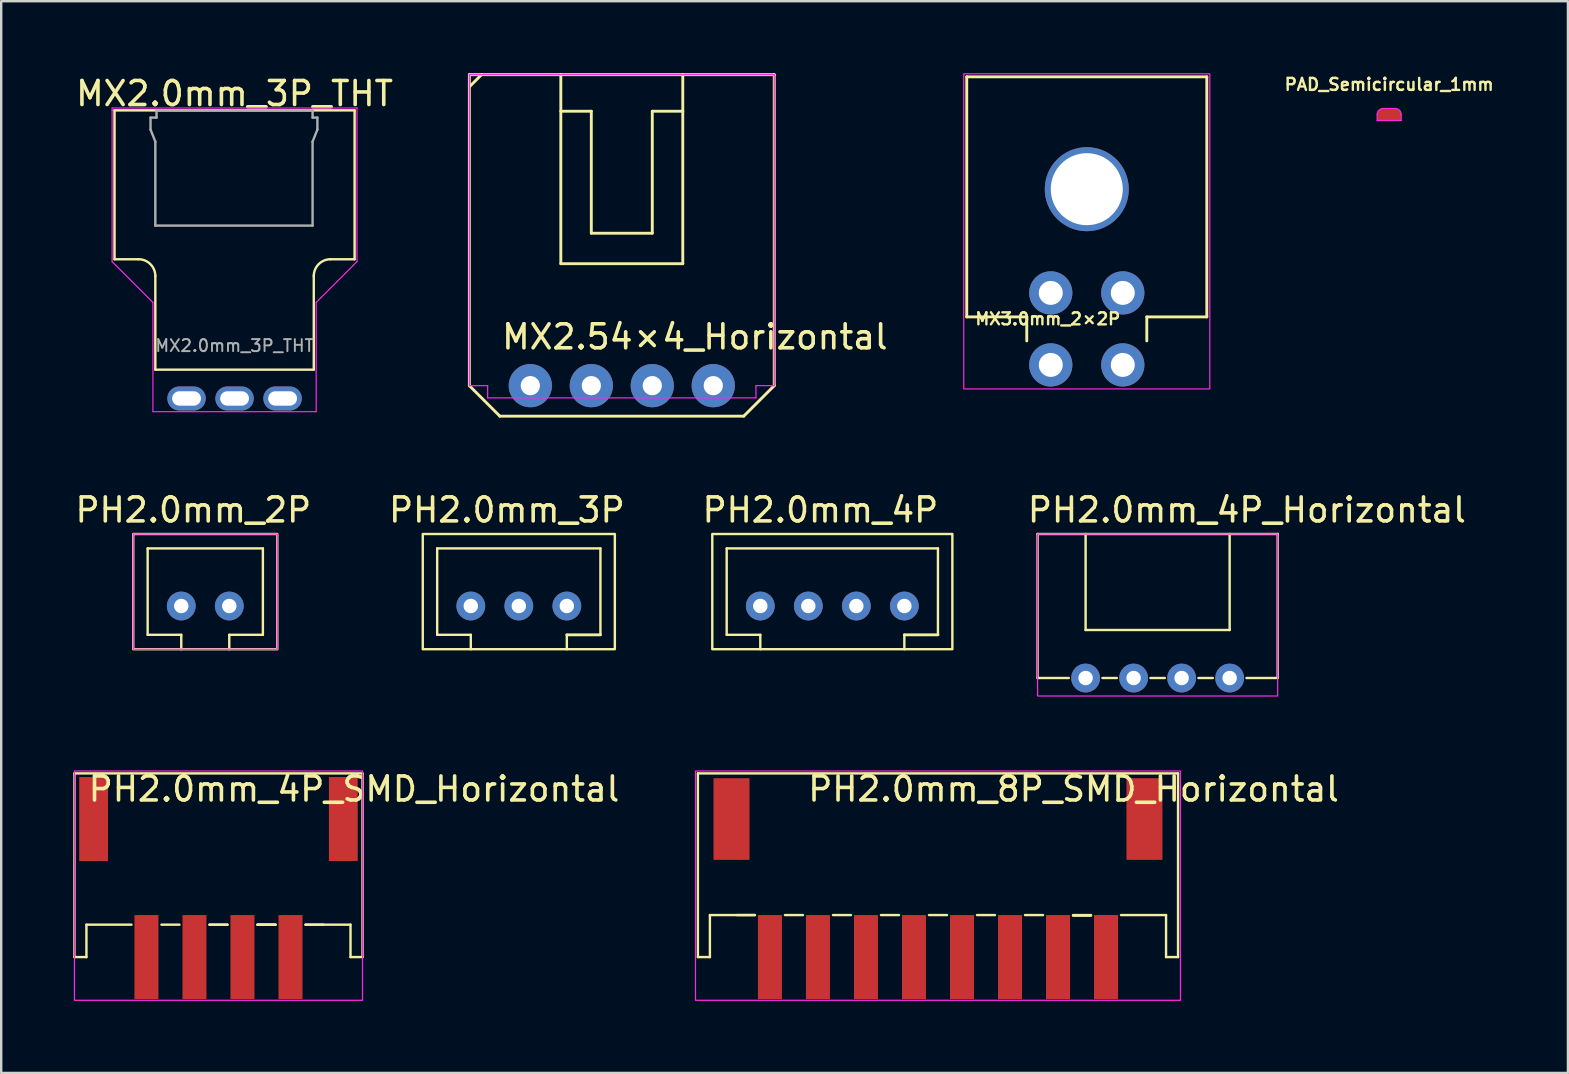
<source format=kicad_pcb>
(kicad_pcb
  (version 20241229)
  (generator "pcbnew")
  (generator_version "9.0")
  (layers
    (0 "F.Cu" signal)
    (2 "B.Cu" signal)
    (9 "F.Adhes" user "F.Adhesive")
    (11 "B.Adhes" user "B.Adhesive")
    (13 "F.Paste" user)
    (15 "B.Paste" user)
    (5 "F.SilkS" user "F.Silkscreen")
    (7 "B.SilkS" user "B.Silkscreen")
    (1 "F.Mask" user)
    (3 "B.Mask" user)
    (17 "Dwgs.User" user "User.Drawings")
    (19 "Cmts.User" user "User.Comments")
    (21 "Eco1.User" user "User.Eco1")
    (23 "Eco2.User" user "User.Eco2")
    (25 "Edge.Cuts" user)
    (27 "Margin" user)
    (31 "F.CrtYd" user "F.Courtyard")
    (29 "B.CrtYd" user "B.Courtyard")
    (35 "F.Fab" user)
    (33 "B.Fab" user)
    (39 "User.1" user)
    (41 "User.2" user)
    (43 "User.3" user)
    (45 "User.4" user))
  (footprint "MX3.0mm_2×2P"
    (layer "F.Cu")
    (at 42.218 10.65)
    (property "Reference" "MX3.0mm_2×2P" (at -4.7 -0.125 0) (layer "F.SilkS") (effects (font (size 0.5 0.5) (thickness 0.1)) (justify left bottom)))
    (attr through_hole)
    (fp_line (start -5 -10.5) (end -5 -0.5) (stroke (width 0.12) (type solid)) (layer "F.SilkS"))
    (fp_line (start -5 -10.5) (end 5 -10.5) (stroke (width 0.12) (type solid)) (layer "F.SilkS"))
    (fp_line (start -2.5 -0.5) (end -5 -0.5) (stroke (width 0.12) (type solid)) (layer "F.SilkS"))
    (fp_line (start -2.5 0.5) (end -2.5 -0.5) (stroke (width 0.12) (type solid)) (layer "F.SilkS"))
    (fp_line (start 2.5 -0.5) (end 2.5 0.5) (stroke (width 0.12) (type solid)) (layer "F.SilkS"))
    (fp_line (start 5 -0.5) (end 2.5 -0.5) (stroke (width 0.12) (type solid)) (layer "F.SilkS"))
    (fp_line (start 5 -0.5) (end 5 -10.5) (stroke (width 0.12) (type solid)) (layer "F.SilkS"))
    (fp_rect (start -5.125 -10.625) (end 5.125 2.5) (stroke (width 0.05) (type default)) (fill no) (layer "F.CrtYd"))
    (pad "" np_thru_hole circle (at 0 -5.82) (size 3.5 3.5) (drill 3) (layers "*.Cu" "*.Mask"))
    (pad "1" thru_hole circle (at -1.5 -1.5) (size 1.8 1.8) (drill 1) (layers "*.Cu" "*.Mask"))
    (pad "2" thru_hole circle (at 1.5 -1.5) (size 1.8 1.8) (drill 1) (layers "*.Cu" "*.Mask"))
    (pad "3" thru_hole circle (at -1.5 1.5) (size 1.8 1.8) (drill 1) (layers "*.Cu" "*.Mask"))
    (pad "4" thru_hole circle (at 1.5 1.5) (size 1.8 1.8) (drill 1) (layers "*.Cu" "*.Mask")))
  (footprint "MX2.0mm_3P_THT"
    (layer "F.Cu")
    (at 6.72 12.348)
    (property "Reference" "MX2.0mm_3P_THT" (at 0 -11.5 0) (layer "F.SilkS") (effects (font (size 1 1) (thickness 0.15))))
    (attr smd)
    (fp_line (start -5 -10.8) (end -5 -4.6) (stroke (width 0.102) (type solid)) (layer "F.SilkS"))
    (fp_line (start -5 -10.8) (end 5 -10.8) (stroke (width 0.102) (type solid)) (layer "F.SilkS"))
    (fp_line (start -5 -4.6) (end -4 -4.6) (stroke (width 0.1) (type default)) (layer "F.SilkS"))
    (fp_line (start -3.3 0) (end -3.3 -3.9) (stroke (width 0.1) (type default)) (layer "F.SilkS"))
    (fp_line (start 3.3 0) (end -3.3 0) (stroke (width 0.102) (type solid)) (layer "F.SilkS"))
    (fp_line (start 3.3 0) (end 3.3 -3.9) (stroke (width 0.1) (type default)) (layer "F.SilkS"))
    (fp_line (start 4 -4.6) (end 5 -4.6) (stroke (width 0.1) (type default)) (layer "F.SilkS"))
    (fp_line (start 5 -10.8) (end 5 -4.6) (stroke (width 0.102) (type solid)) (layer "F.SilkS"))
    (fp_arc (start -4 -4.6) (mid -3.505025 -4.394975) (end -3.3 -3.9) (stroke (width 0.1) (type default)) (layer "F.SilkS"))
    (fp_arc (start 3.3 -3.9) (mid 3.505025 -4.394975) (end 4 -4.6) (stroke (width 0.1) (type default)) (layer "F.SilkS"))
    (fp_line (start -5.1 -10.9) (end -5.1 -10.8) (stroke (width 0.05) (type default)) (layer "F.CrtYd"))
    (fp_line (start -5.1 -10.8) (end -5.1 -4.5) (stroke (width 0.05) (type default)) (layer "F.CrtYd"))
    (fp_line (start -5.1 -4.5) (end -3.4 -2.8) (stroke (width 0.05) (type default)) (layer "F.CrtYd"))
    (fp_line (start -3.4 -2.8) (end -3.4 1.75) (stroke (width 0.05) (type default)) (layer "F.CrtYd"))
    (fp_line (start -3.4 1.75) (end 3.4 1.75) (stroke (width 0.05) (type default)) (layer "F.CrtYd"))
    (fp_line (start 3.4 -2.8) (end 5.1 -4.5) (stroke (width 0.05) (type default)) (layer "F.CrtYd"))
    (fp_line (start 3.4 1.75) (end 3.4 -2.8) (stroke (width 0.05) (type default)) (layer "F.CrtYd"))
    (fp_line (start 5.1 -10.9) (end -5.1 -10.9) (stroke (width 0.05) (type default)) (layer "F.CrtYd"))
    (fp_line (start 5.1 -4.5) (end 5.1 -10.9) (stroke (width 0.05) (type default)) (layer "F.CrtYd"))
    (fp_line (start -3.5 -10.5) (end -3.25 -10.5) (stroke (width 0.1) (type default)) (layer "F.Fab"))
    (fp_line (start -3.5 -10) (end -3.5 -10.5) (stroke (width 0.1) (type default)) (layer "F.Fab"))
    (fp_line (start -3.3 -9.5) (end -3.5 -10) (stroke (width 0.1) (type default)) (layer "F.Fab"))
    (fp_line (start -3.3 -9.5) (end -3.3 -6) (stroke (width 0.1) (type default)) (layer "F.Fab"))
    (fp_line (start -3.3 -6) (end 3.25 -6) (stroke (width 0.1) (type default)) (layer "F.Fab"))
    (fp_line (start -3.25 -10.8) (end 3.25 -10.8) (stroke (width 0.1) (type default)) (layer "F.Fab"))
    (fp_line (start -3.25 -10.5) (end -3.25 -10.8) (stroke (width 0.1) (type default)) (layer "F.Fab"))
    (fp_line (start 3.25 -10.8) (end 3.25 -10.5) (stroke (width 0.1) (type default)) (layer "F.Fab"))
    (fp_line (start 3.25 -10.5) (end 3.45 -10.5) (stroke (width 0.1) (type default)) (layer "F.Fab"))
    (fp_line (start 3.25 -9.5) (end 3.25 -6) (stroke (width 0.1) (type default)) (layer "F.Fab"))
    (fp_line (start 3.45 -10.5) (end 3.45 -10) (stroke (width 0.1) (type default)) (layer "F.Fab"))
    (fp_line (start 3.45 -10) (end 3.25 -9.5) (stroke (width 0.1) (type default)) (layer "F.Fab"))
    (fp_text user "${REFERENCE}" (at 0 -1 0) (layer "F.Fab") (effects (font (size 0.5 0.5) (thickness 0.08))))
    (pad "1" thru_hole oval (at -2 1.2) (size 1.6 1) (drill oval 1.2 0.6) (layers "*.Cu" "*.Mask"))
    (pad "2" thru_hole oval (at 0 1.2) (size 1.6 1) (drill oval 1.2 0.6) (layers "*.Cu" "*.Mask"))
    (pad "3" thru_hole oval (at 2 1.2) (size 1.6 1) (drill oval 1.2 0.6) (layers "*.Cu" "*.Mask")))
  (footprint "PH2.0mm_8P_SMD_Horizontal"
    (layer "F.Cu")
    (at 36.02 36.816)
    (property "Reference" "PH2.0mm_8P_SMD_Horizontal" (at -5.5 -7 0) (layer "F.SilkS") (effects (font (size 1 1) (thickness 0.15)) (justify left)))
    (attr smd)
    (fp_line (start -10 -7.65) (end -10 0) (stroke (width 0.1) (type solid)) (layer "F.SilkS"))
    (fp_line (start -10 -7.65) (end 10 -7.65) (stroke (width 0.1) (type solid)) (layer "F.SilkS"))
    (fp_line (start -10 0) (end -9.5 0) (stroke (width 0.1) (type default)) (layer "F.SilkS"))
    (fp_line (start -9.5 -1.75) (end -9.5 0) (stroke (width 0.1) (type default)) (layer "F.SilkS"))
    (fp_line (start -9.5 -1.75) (end -7.625 -1.75) (stroke (width 0.1) (type default)) (layer "F.SilkS"))
    (fp_line (start -8.375 -1.75) (end -7.625 -1.75) (stroke (width 0.1) (type default)) (layer "F.SilkS"))
    (fp_line (start -6.375 -1.75) (end -5.625 -1.75) (stroke (width 0.1) (type default)) (layer "F.SilkS"))
    (fp_line (start -4.375 -1.75) (end -3.625 -1.75) (stroke (width 0.1) (type default)) (layer "F.SilkS"))
    (fp_line (start -2.375 -1.75) (end -1.625 -1.75) (stroke (width 0.1) (type default)) (layer "F.SilkS"))
    (fp_line (start -0.375 -1.75) (end 0.375 -1.75) (stroke (width 0.1) (type default)) (layer "F.SilkS"))
    (fp_line (start 1.625 -1.75) (end 2.375 -1.75) (stroke (width 0.1) (type default)) (layer "F.SilkS"))
    (fp_line (start 3.625 -1.75) (end 4.375 -1.75) (stroke (width 0.1) (type default)) (layer "F.SilkS"))
    (fp_line (start 5.625 -1.75) (end 6.375 -1.75) (stroke (width 0.1) (type default)) (layer "F.SilkS"))
    (fp_line (start 5.625 -1.725) (end 6.375 -1.725) (stroke (width 0.1) (type default)) (layer "F.SilkS"))
    (fp_line (start 7.625 -1.75) (end 9.5 -1.75) (stroke (width 0.1) (type default)) (layer "F.SilkS"))
    (fp_line (start 9.5 -1.75) (end 9.5 0) (stroke (width 0.1) (type default)) (layer "F.SilkS"))
    (fp_line (start 10 -7.65) (end 10 0) (stroke (width 0.1) (type solid)) (layer "F.SilkS"))
    (fp_line (start 10 0) (end 9.5 0) (stroke (width 0.1) (type default)) (layer "F.SilkS"))
    (fp_rect (start -10.1 1.8) (end 10.1 -7.75) (stroke (width 0.05) (type default)) (fill no) (layer "F.CrtYd"))
    (pad "2" smd rect (at -7 0) (size 1 3.5) (layers "F.Cu" "F.Mask" "F.Paste"))
    (pad "3" smd rect (at -5 0) (size 1 3.5) (layers "F.Cu" "F.Mask" "F.Paste"))
    (pad "4" smd rect (at -3 0) (size 1 3.5) (layers "F.Cu" "F.Mask" "F.Paste"))
    (pad "5" smd rect (at -1 0) (size 1 3.5) (layers "F.Cu" "F.Mask" "F.Paste"))
    (pad "6" smd rect (at 1 0) (size 1 3.5) (layers "F.Cu" "F.Mask" "F.Paste"))
    (pad "7" smd rect (at 3 0) (size 1 3.5) (layers "F.Cu" "F.Mask" "F.Paste"))
    (pad "8" smd rect (at 5 0) (size 1 3.5) (layers "F.Cu" "F.Mask" "F.Paste"))
    (pad "9" smd rect (at 7 0) (size 1 3.5) (layers "F.Cu" "F.Mask" "F.Paste"))
    (pad "10" smd rect (at 7 0) (size 1 3.5) (layers "F.Cu" "F.Mask" "F.Paste"))
    (pad "MP" smd rect (at -8.6 -5.75) (size 1.5 3.4) (layers "F.Cu" "F.Mask" "F.Paste"))
    (pad "MP" smd rect (at 8.6 -5.75) (size 1.5 3.4) (layers "F.Cu" "F.Mask" "F.Paste")))
  (footprint "MX2.54×4_Horizontal"
    (layer "F.Cu")
    (at 22.85 13.014)
    (property "Reference" "MX2.54×4_Horizontal" (at -5.08 -2.032 0) (layer "F.SilkS") (effects (font (size 1 1) (thickness 0.15)) (justify left)))
    (attr through_hole)
    (fp_line (start -6.35 -12.954) (end 6.35 -12.954) (stroke (width 0.12) (type solid)) (layer "F.SilkS"))
    (fp_line (start -6.35 -12.446) (end -5.842 -12.954) (stroke (width 0.12) (type solid)) (layer "F.SilkS"))
    (fp_line (start -6.35 0) (end -6.35 -12.954) (stroke (width 0.12) (type solid)) (layer "F.SilkS"))
    (fp_line (start -5.08 1.27) (end -6.35 0) (stroke (width 0.12) (type solid)) (layer "F.SilkS"))
    (fp_line (start -5.08 1.27) (end 5.08 1.27) (stroke (width 0.12) (type solid)) (layer "F.SilkS"))
    (fp_line (start -2.54 -12.954) (end -2.54 -5.08) (stroke (width 0.12) (type solid)) (layer "F.SilkS"))
    (fp_line (start -2.54 -11.43) (end -1.27 -11.43) (stroke (width 0.12) (type solid)) (layer "F.SilkS"))
    (fp_line (start -2.54 -5.08) (end 2.54 -5.08) (stroke (width 0.12) (type solid)) (layer "F.SilkS"))
    (fp_line (start -1.27 -11.43) (end -1.27 -6.35) (stroke (width 0.12) (type solid)) (layer "F.SilkS"))
    (fp_line (start -1.27 -6.35) (end 1.27 -6.35) (stroke (width 0.12) (type solid)) (layer "F.SilkS"))
    (fp_line (start 1.27 -11.43) (end 2.54 -11.43) (stroke (width 0.12) (type solid)) (layer "F.SilkS"))
    (fp_line (start 1.27 -6.35) (end 1.27 -11.43) (stroke (width 0.12) (type solid)) (layer "F.SilkS"))
    (fp_line (start 2.54 -5.08) (end 2.54 -12.954) (stroke (width 0.12) (type solid)) (layer "F.SilkS"))
    (fp_line (start 5.08 1.27) (end 6.35 0) (stroke (width 0.12) (type solid)) (layer "F.SilkS"))
    (fp_line (start 6.35 -12.954) (end 6.35 0) (stroke (width 0.12) (type solid)) (layer "F.SilkS"))
    (fp_line (start -6.35 -12.954) (end 6.35 -12.954) (stroke (width 0.05) (type solid)) (layer "F.CrtYd"))
    (fp_line (start -6.35 0) (end -6.35 -12.954) (stroke (width 0.05) (type solid)) (layer "F.CrtYd"))
    (fp_line (start -5.588 0) (end -6.35 0) (stroke (width 0.05) (type solid)) (layer "F.CrtYd"))
    (fp_line (start -5.588 0.508) (end -5.588 0) (stroke (width 0.05) (type solid)) (layer "F.CrtYd"))
    (fp_line (start 5.588 0) (end 5.588 0.508) (stroke (width 0.05) (type solid)) (layer "F.CrtYd"))
    (fp_line (start 5.588 0.508) (end -5.588 0.508) (stroke (width 0.05) (type solid)) (layer "F.CrtYd"))
    (fp_line (start 6.35 -12.954) (end 6.35 0) (stroke (width 0.05) (type solid)) (layer "F.CrtYd"))
    (fp_line (start 6.35 0) (end 5.588 0) (stroke (width 0.05) (type solid)) (layer "F.CrtYd"))
    (pad "1" thru_hole circle (at -3.81 0) (size 1.8 1.8) (drill 0.8) (layers "*.Cu" "*.Mask"))
    (pad "2" thru_hole circle (at -1.27 0) (size 1.8 1.8) (drill 0.8) (layers "*.Cu" "*.Mask"))
    (pad "3" thru_hole circle (at 1.27 0) (size 1.8 1.8) (drill 0.8) (layers "*.Cu" "*.Mask"))
    (pad "4" thru_hole circle (at 3.81 0) (size 1.8 1.8) (drill 0.8) (layers "*.Cu" "*.Mask")))
  (footprint "PAD_Semicircular_1mm"
    (layer "F.Cu")
    (at 54.813 1.718)
    (property "Reference" "PAD_Semicircular_1mm" (at 0 -1.25 0) (layer "F.SilkS") (effects (font (size 0.5 0.5) (thickness 0.1) (bold yes))))
    (attr smd)
    (fp_line (start -0.5 0.25) (end -0.5 0) (stroke (width 0.05) (type default)) (layer "F.CrtYd"))
    (fp_line (start -0.5 0.25) (end 0.5 0.25) (stroke (width 0.05) (type default)) (layer "F.CrtYd"))
    (fp_line (start -0.25 -0.25) (end 0.25 -0.25) (stroke (width 0.05) (type default)) (layer "F.CrtYd"))
    (fp_line (start 0.5 0.25) (end 0.5 0) (stroke (width 0.05) (type default)) (layer "F.CrtYd"))
    (fp_arc (start -0.5 0) (mid -0.426777 -0.176777) (end -0.25 -0.25) (stroke (width 0.05) (type default)) (layer "F.CrtYd"))
    (fp_arc (start 0.25 -0.25) (mid 0.426777 -0.176777) (end 0.5 0) (stroke (width 0.05) (type default)) (layer "F.CrtYd"))
    (pad "1" smd roundrect (at 0 0 180) (size 1 0.5) (layers "F.Cu" "F.Mask" "F.Paste") (roundrect_rratio 0.5) (chamfer_ratio 0) (chamfer top_left top_right)))
  (footprint "PH2.0mm_4P_Horizontal"
    (layer "F.Cu")
    (at 45.169 25.192)
    (property "Reference" "PH2.0mm_4P_Horizontal" (at -5.5 -7 0) (layer "F.SilkS") (effects (font (size 1 1) (thickness 0.15)) (justify left)))
    (attr through_hole)
    (fp_line (start -5 -6) (end -5 0) (stroke (width 0.1) (type default)) (layer "F.SilkS"))
    (fp_line (start -5 -6) (end 5 -6) (stroke (width 0.1) (type default)) (layer "F.SilkS"))
    (fp_line (start -5 0) (end -3.7 0) (stroke (width 0.1) (type default)) (layer "F.SilkS"))
    (fp_line (start -3 -6) (end -3 -2) (stroke (width 0.1) (type default)) (layer "F.SilkS"))
    (fp_line (start -3 -2) (end 3 -2) (stroke (width 0.1) (type default)) (layer "F.SilkS"))
    (fp_line (start -2.3 0) (end -1.7 0) (stroke (width 0.1) (type default)) (layer "F.SilkS"))
    (fp_line (start -0.3 0) (end 0.3 0) (stroke (width 0.1) (type default)) (layer "F.SilkS"))
    (fp_line (start 1.7 0) (end 2.3 0) (stroke (width 0.1) (type default)) (layer "F.SilkS"))
    (fp_line (start 3 -6) (end 3 -2) (stroke (width 0.1) (type default)) (layer "F.SilkS"))
    (fp_line (start 5 -6) (end 5 0) (stroke (width 0.1) (type default)) (layer "F.SilkS"))
    (fp_line (start 5 0) (end 3.7 0) (stroke (width 0.1) (type default)) (layer "F.SilkS"))
    (fp_rect (start -5 0.75) (end 5 -6) (stroke (width 0.05) (type default)) (fill no) (layer "F.CrtYd"))
    (pad "1" thru_hole circle (at -3 0) (size 1.2 1.2) (drill 0.6) (layers "*.Cu" "*.Mask"))
    (pad "2" thru_hole circle (at -1 0) (size 1.2 1.2) (drill 0.6) (layers "*.Cu" "*.Mask"))
    (pad "3" thru_hole circle (at 1 0) (size 1.2 1.2) (drill 0.6) (layers "*.Cu" "*.Mask"))
    (pad "4" thru_hole circle (at 3 0) (size 1.2 1.2) (drill 0.6) (layers "*.Cu" "*.Mask")))
  (footprint "PH2.0mm_4P_SMD_Horizontal"
    (layer "F.Cu")
    (at 6.05 36.816)
    (property "Reference" "PH2.0mm_4P_SMD_Horizontal" (at -5.5 -7 0) (layer "F.SilkS") (effects (font (size 1 1) (thickness 0.15)) (justify left)))
    (attr smd)
    (fp_line (start -6 -7.65) (end -6 0) (stroke (width 0.1) (type solid)) (layer "F.SilkS"))
    (fp_line (start -6 -7.65) (end 6 -7.65) (stroke (width 0.1) (type solid)) (layer "F.SilkS"))
    (fp_line (start -6 0) (end -5.5 0) (stroke (width 0.1) (type default)) (layer "F.SilkS"))
    (fp_line (start -5.5 -1.35) (end -5.5 0) (stroke (width 0.1) (type default)) (layer "F.SilkS"))
    (fp_line (start -5.5 -1.35) (end -3.625 -1.35) (stroke (width 0.1) (type solid)) (layer "F.SilkS"))
    (fp_line (start -2.375 -1.35) (end -1.625 -1.35) (stroke (width 0.1) (type default)) (layer "F.SilkS"))
    (fp_line (start -0.375 -1.35) (end 0.375 -1.35) (stroke (width 0.1) (type default)) (layer "F.SilkS"))
    (fp_line (start -0.375 -1.35) (end 0.375 -1.35) (stroke (width 0.1) (type default)) (layer "F.SilkS"))
    (fp_line (start 1.625 -1.35) (end 2.375 -1.35) (stroke (width 0.1) (type default)) (layer "F.SilkS"))
    (fp_line (start 1.625 -1.35) (end 2.375 -1.35) (stroke (width 0.1) (type default)) (layer "F.SilkS"))
    (fp_line (start 1.625 -1.35) (end 2.375 -1.35) (stroke (width 0.1) (type default)) (layer "F.SilkS"))
    (fp_line (start 3.625 -1.35) (end 4.375 -1.35) (stroke (width 0.1) (type default)) (layer "F.SilkS"))
    (fp_line (start 3.625 -1.35) (end 5.5 -1.35) (stroke (width 0.1) (type solid)) (layer "F.SilkS"))
    (fp_line (start 5.5 -1.35) (end 5.5 0) (stroke (width 0.1) (type default)) (layer "F.SilkS"))
    (fp_line (start 6 -7.65) (end 6 0) (stroke (width 0.1) (type solid)) (layer "F.SilkS"))
    (fp_line (start 6 0) (end 5.5 0) (stroke (width 0.1) (type default)) (layer "F.SilkS"))
    (fp_rect (start -6 1.8) (end 6 -7.75) (stroke (width 0.05) (type solid)) (fill no) (layer "F.CrtYd"))
    (pad "1" smd rect (at -3 0) (size 1 3.5) (layers "F.Cu" "F.Mask" "F.Paste"))
    (pad "2" smd rect (at -1 0) (size 1 3.5) (layers "F.Cu" "F.Mask" "F.Paste"))
    (pad "3" smd rect (at 1 0) (size 1 3.5) (layers "F.Cu" "F.Mask" "F.Paste"))
    (pad "4" smd rect (at 3 0) (size 1 3.5) (layers "F.Cu" "F.Mask" "F.Paste"))
    (pad "MP" smd rect (at -5.2 -5.75) (size 1.2 3.5) (layers "F.Cu" "F.Mask" "F.Paste"))
    (pad "MP" smd rect (at 5.2 -5.75) (size 1.2 3.5) (layers "F.Cu" "F.Mask" "F.Paste")))
  (footprint "PH2.0mm_2P"
    (layer "F.Cu")
    (at 5.5 22.192)
    (property "Reference" "PH2.0mm_2P" (at -5.5 -4 0) (layer "F.SilkS") (effects (font (size 1 1) (thickness 0.15)) (justify left)))
    (attr through_hole)
    (fp_line (start -2.4 -2.4) (end -2.4 1.2) (stroke (width 0.1) (type solid)) (layer "F.SilkS"))
    (fp_line (start -2.4 -2.4) (end 2.4 -2.4) (stroke (width 0.1) (type solid)) (layer "F.SilkS"))
    (fp_line (start -2.4 1.2) (end -1 1.2) (stroke (width 0.1) (type solid)) (layer "F.SilkS"))
    (fp_line (start -1 1.2) (end -1 1.8) (stroke (width 0.1) (type default)) (layer "F.SilkS"))
    (fp_line (start 1 1.2) (end 1 1.8) (stroke (width 0.1) (type default)) (layer "F.SilkS"))
    (fp_line (start 1 1.2) (end 2.4 1.2) (stroke (width 0.1) (type solid)) (layer "F.SilkS"))
    (fp_line (start 2.4 -2.4) (end 2.4 1.2) (stroke (width 0.1) (type solid)) (layer "F.SilkS"))
    (fp_rect (start -3 -3) (end 3 1.8) (stroke (width 0.1) (type default)) (fill no) (layer "F.SilkS"))
    (fp_rect (start -3 -3) (end 3 1.8) (stroke (width 0.05) (type default)) (fill no) (layer "F.CrtYd"))
    (pad "1" thru_hole circle (at -1 0) (size 1.2 1.2) (drill 0.6) (layers "*.Cu" "*.Mask"))
    (pad "2" thru_hole circle (at 1 0) (size 1.2 1.2) (drill 0.6) (layers "*.Cu" "*.Mask")))
  (footprint "PH2.0mm_3P"
    (layer "F.Cu")
    (at 18.56 22.192)
    (property "Reference" "PH2.0mm_3P" (at -5.5 -4 0) (layer "F.SilkS") (effects (font (size 1 1) (thickness 0.15)) (justify left)))
    (attr through_hole)
    (fp_line (start -3.4 -2.4) (end -3.4 1.2) (stroke (width 0.1) (type solid)) (layer "F.SilkS"))
    (fp_line (start -3.4 -2.4) (end 3.4 -2.4) (stroke (width 0.1) (type solid)) (layer "F.SilkS"))
    (fp_line (start -3.4 1.2) (end -2 1.2) (stroke (width 0.1) (type solid)) (layer "F.SilkS"))
    (fp_line (start -2 1.2) (end -2 1.8) (stroke (width 0.1) (type default)) (layer "F.SilkS"))
    (fp_line (start 2 1.2) (end 2 1.8) (stroke (width 0.1) (type default)) (layer "F.SilkS"))
    (fp_line (start 2 1.2) (end 3.4 1.2) (stroke (width 0.12) (type solid)) (layer "F.SilkS"))
    (fp_line (start 3.4 -2.4) (end 3.4 1.2) (stroke (width 0.1) (type solid)) (layer "F.SilkS"))
    (fp_rect (start -4 -3) (end 4 1.8) (stroke (width 0.1) (type default)) (fill no) (layer "F.SilkS"))
    (pad "1" thru_hole circle (at -2 0) (size 1.2 1.2) (drill 0.6) (layers "*.Cu" "*.Mask"))
    (pad "2" thru_hole circle (at 0 0) (size 1.2 1.2) (drill 0.6) (layers "*.Cu" "*.Mask"))
    (pad "3" thru_hole circle (at 2 0) (size 1.2 1.2) (drill 0.6) (layers "*.Cu" "*.Mask")))
  (footprint "PH2.0mm_4P"
    (layer "F.Cu")
    (at 31.619 22.192)
    (property "Reference" "PH2.0mm_4P" (at -5.5 -4 0) (layer "F.SilkS") (effects (font (size 1 1) (thickness 0.15)) (justify left)))
    (attr through_hole)
    (fp_line (start -4.4 -2.4) (end -4.4 1.2) (stroke (width 0.1) (type solid)) (layer "F.SilkS"))
    (fp_line (start -4.4 -2.4) (end 4.4 -2.4) (stroke (width 0.1) (type solid)) (layer "F.SilkS"))
    (fp_line (start -4.4 1.2) (end -3 1.2) (stroke (width 0.1) (type solid)) (layer "F.SilkS"))
    (fp_line (start -3 1.2) (end -3 1.8) (stroke (width 0.1) (type default)) (layer "F.SilkS"))
    (fp_line (start 3 1.2) (end 3 1.8) (stroke (width 0.1) (type default)) (layer "F.SilkS"))
    (fp_line (start 3 1.2) (end 4.4 1.2) (stroke (width 0.12) (type solid)) (layer "F.SilkS"))
    (fp_line (start 4.4 -2.4) (end 4.4 1.2) (stroke (width 0.1) (type solid)) (layer "F.SilkS"))
    (fp_rect (start -5 -3) (end 5 1.8) (stroke (width 0.1) (type default)) (fill no) (layer "F.SilkS"))
    (pad "1" thru_hole circle (at -3 0) (size 1.2 1.2) (drill 0.6) (layers "*.Cu" "*.Mask"))
    (pad "2" thru_hole circle (at -1 0) (size 1.2 1.2) (drill 0.6) (layers "*.Cu" "*.Mask"))
    (pad "3" thru_hole circle (at 1 0) (size 1.2 1.2) (drill 0.6) (layers "*.Cu" "*.Mask"))
    (pad "4" thru_hole circle (at 3 0) (size 1.2 1.2) (drill 0.6) (layers "*.Cu" "*.Mask")))
  (gr_rect
    (start -3 -3)
    (end 62.259 41.641)
    (stroke (width 0.1) (type default))
    (fill no)
    (layer "Edge.Cuts")))
</source>
